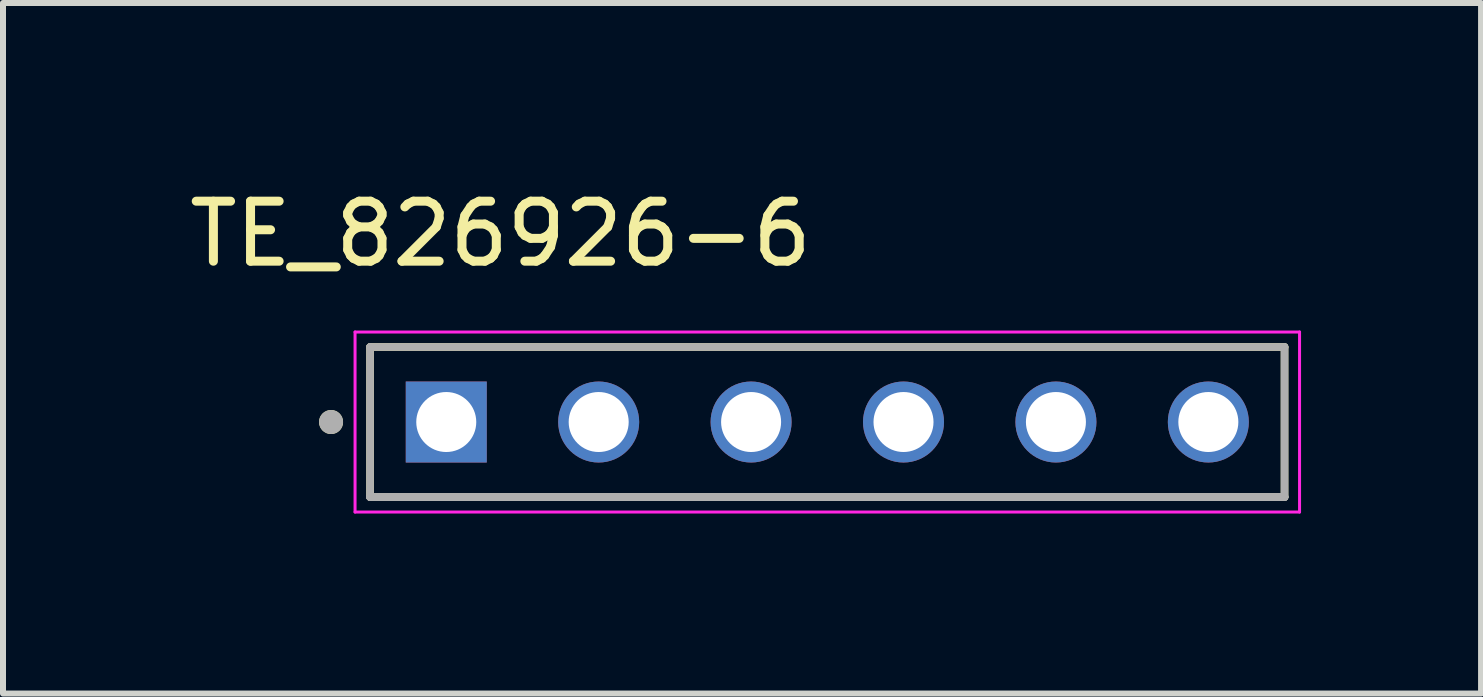
<source format=kicad_pcb>
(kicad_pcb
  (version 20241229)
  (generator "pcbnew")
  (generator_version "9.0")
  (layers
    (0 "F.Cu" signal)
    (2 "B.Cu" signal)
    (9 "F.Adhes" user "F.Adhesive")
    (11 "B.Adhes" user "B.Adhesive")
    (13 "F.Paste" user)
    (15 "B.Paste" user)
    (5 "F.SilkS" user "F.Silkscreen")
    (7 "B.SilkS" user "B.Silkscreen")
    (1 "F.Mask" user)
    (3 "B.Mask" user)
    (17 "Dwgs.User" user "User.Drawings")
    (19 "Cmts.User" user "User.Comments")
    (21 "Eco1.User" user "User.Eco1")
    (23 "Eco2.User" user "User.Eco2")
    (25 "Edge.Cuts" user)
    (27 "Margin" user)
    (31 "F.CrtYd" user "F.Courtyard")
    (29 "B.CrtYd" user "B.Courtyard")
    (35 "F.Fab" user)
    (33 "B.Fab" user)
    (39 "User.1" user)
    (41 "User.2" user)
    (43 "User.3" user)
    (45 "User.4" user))
  (footprint "TE_826926-6"
    (layer "F.Cu")
    (at 4.387 3.983)
    (property "Reference" "TE_826926-6" (at 0.905 -3.135 0) (layer "F.SilkS") (effects (font (size 1 1) (thickness 0.15))))
    (attr through_hole)
    (fp_line (start -1.27 1.25) (end -1.27 -1.25) (stroke (width 0.127) (type solid)) (layer "F.SilkS"))
    (fp_line (start 13.97 -1.25) (end -1.27 -1.25) (stroke (width 0.127) (type solid)) (layer "F.SilkS"))
    (fp_line (start 13.97 -1.25) (end 13.97 1.25) (stroke (width 0.127) (type solid)) (layer "F.SilkS"))
    (fp_line (start 13.97 1.25) (end -1.27 1.25) (stroke (width 0.127) (type solid)) (layer "F.SilkS"))
    (fp_circle (center -1.92 0) (end -1.82 0) (stroke (width 0.2) (type solid)) (fill no) (layer "F.SilkS"))
    (fp_line (start -1.52 -1.5) (end 14.22 -1.5) (stroke (width 0.05) (type solid)) (layer "F.CrtYd"))
    (fp_line (start -1.52 1.5) (end -1.52 -1.5) (stroke (width 0.05) (type solid)) (layer "F.CrtYd"))
    (fp_line (start 14.22 -1.5) (end 14.22 1.5) (stroke (width 0.05) (type solid)) (layer "F.CrtYd"))
    (fp_line (start 14.22 1.5) (end -1.52 1.5) (stroke (width 0.05) (type solid)) (layer "F.CrtYd"))
    (fp_line (start -1.27 -1.25) (end 13.97 -1.25) (stroke (width 0.127) (type solid)) (layer "F.Fab"))
    (fp_line (start -1.27 1.25) (end -1.27 -1.25) (stroke (width 0.127) (type solid)) (layer "F.Fab"))
    (fp_line (start -1.27 1.25) (end -1.27 1.25) (stroke (width 0.127) (type solid)) (layer "F.Fab"))
    (fp_line (start -1.27 1.25) (end 13.97 1.25) (stroke (width 0.127) (type solid)) (layer "F.Fab"))
    (fp_line (start 13.97 -1.25) (end 13.97 1.25) (stroke (width 0.127) (type solid)) (layer "F.Fab"))
    (fp_line (start 13.97 1.25) (end -1.27 1.25) (stroke (width 0.127) (type solid)) (layer "F.Fab"))
    (fp_line (start 13.97 1.25) (end 13.97 1.25) (stroke (width 0.127) (type solid)) (layer "F.Fab"))
    (fp_circle (center -1.92 0) (end -1.82 0) (stroke (width 0.2) (type solid)) (fill no) (layer "F.Fab"))
    (pad "1" thru_hole rect (at 0 0) (size 1.35 1.35) (drill 1) (layers "*.Cu" "*.Mask"))
    (pad "2" thru_hole circle (at 2.54 0) (size 1.35 1.35) (drill 1) (layers "*.Cu" "*.Mask"))
    (pad "3" thru_hole circle (at 5.08 0) (size 1.35 1.35) (drill 1) (layers "*.Cu" "*.Mask"))
    (pad "4" thru_hole circle (at 7.62 0) (size 1.35 1.35) (drill 1) (layers "*.Cu" "*.Mask"))
    (pad "5" thru_hole circle (at 10.16 0) (size 1.35 1.35) (drill 1) (layers "*.Cu" "*.Mask"))
    (pad "6" thru_hole circle (at 12.7 0) (size 1.35 1.35) (drill 1) (layers "*.Cu" "*.Mask")))
  (gr_rect
    (start -3 -3)
    (end 21.632 8.508)
    (stroke (width 0.1) (type default))
    (fill no)
    (layer "Edge.Cuts")))
</source>
